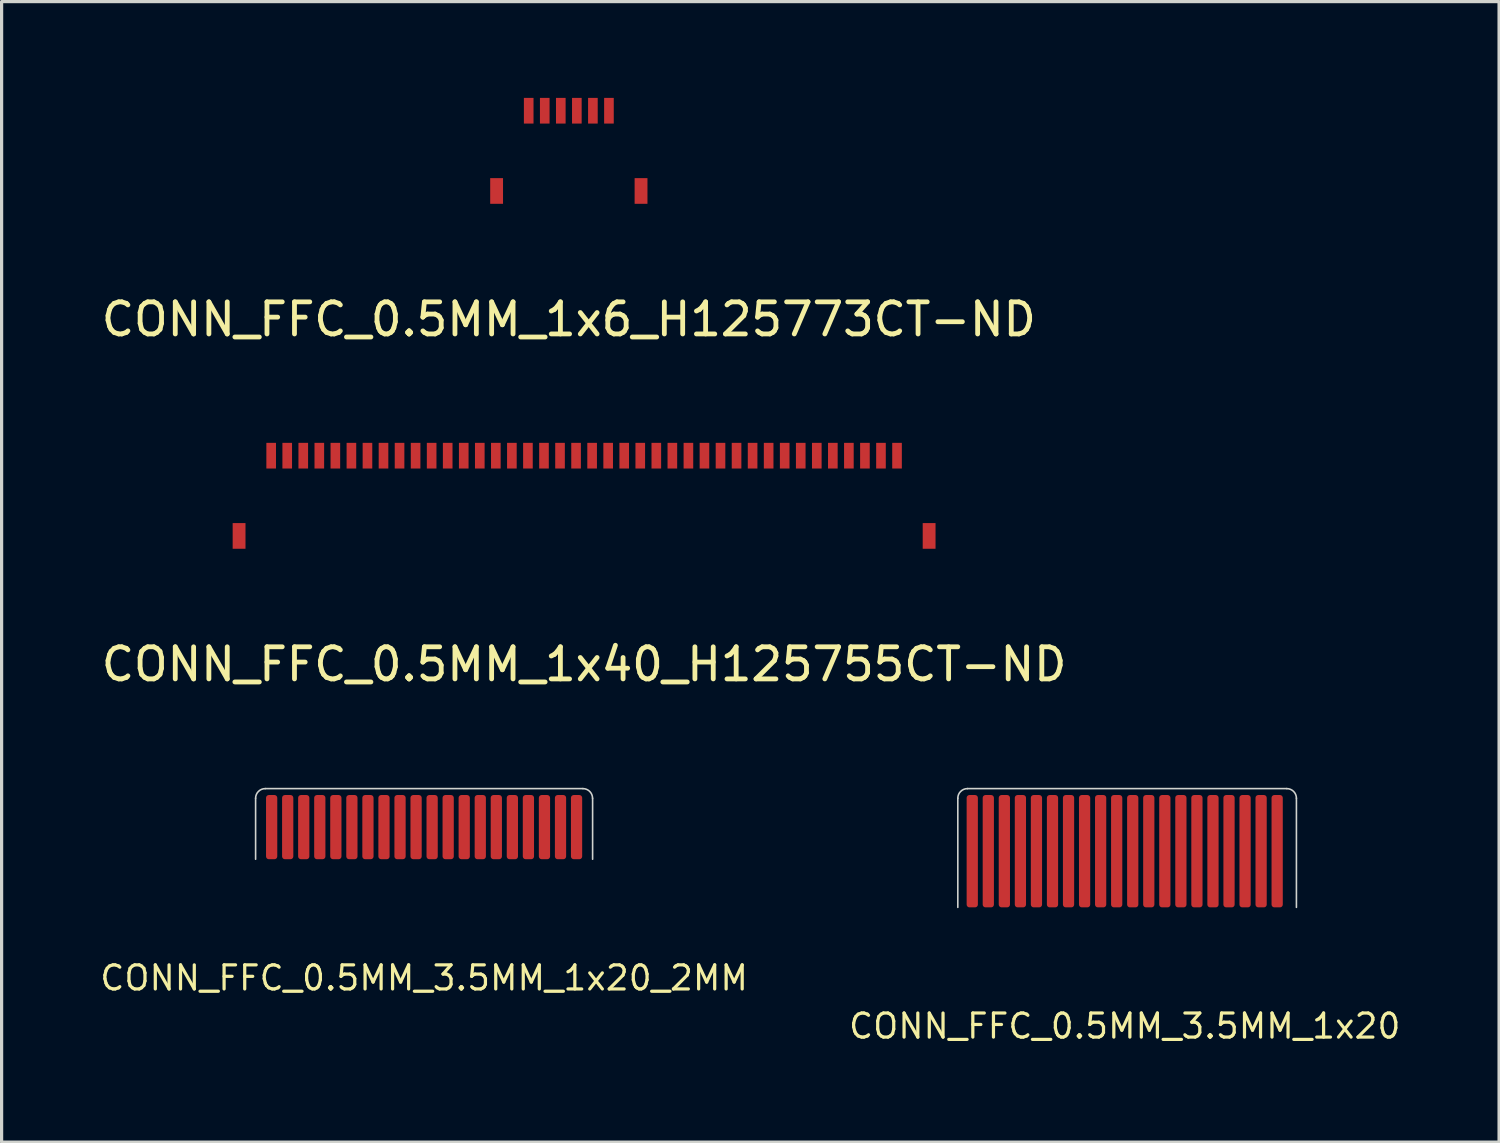
<source format=kicad_pcb>
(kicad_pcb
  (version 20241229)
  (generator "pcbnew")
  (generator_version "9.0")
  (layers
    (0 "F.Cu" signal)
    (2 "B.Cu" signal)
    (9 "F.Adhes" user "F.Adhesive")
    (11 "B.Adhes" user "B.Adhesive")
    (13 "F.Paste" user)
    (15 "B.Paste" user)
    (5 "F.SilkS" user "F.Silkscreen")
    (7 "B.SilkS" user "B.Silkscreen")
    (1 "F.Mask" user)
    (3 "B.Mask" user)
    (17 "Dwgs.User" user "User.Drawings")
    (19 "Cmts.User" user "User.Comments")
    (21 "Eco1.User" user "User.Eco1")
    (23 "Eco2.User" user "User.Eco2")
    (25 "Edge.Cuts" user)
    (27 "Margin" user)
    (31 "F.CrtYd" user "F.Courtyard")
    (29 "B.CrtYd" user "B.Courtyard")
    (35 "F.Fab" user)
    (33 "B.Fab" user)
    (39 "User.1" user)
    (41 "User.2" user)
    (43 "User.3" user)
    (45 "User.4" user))
  (footprint "CONN_FFC_0.5MM_1x40_H125755CT-ND"
    (layer "F.Cu")
    (at 15.149 11.148)
    (property "Reference" "CONN_FFC_0.5MM_1x40_H125755CT-ND" (at 0 6.5 0) (layer "F.SilkS") (effects (font (size 1 1) (thickness 0.15))))
    (attr smd)
    (pad "1" smd rect (at 9.75 0) (size 0.3 0.8) (layers "F.Cu" "F.Mask" "F.Paste"))
    (pad "2" smd rect (at 9.25 0) (size 0.3 0.8) (layers "F.Cu" "F.Mask" "F.Paste"))
    (pad "3" smd rect (at 8.75 0) (size 0.3 0.8) (layers "F.Cu" "F.Mask" "F.Paste"))
    (pad "4" smd rect (at 8.25 0) (size 0.3 0.8) (layers "F.Cu" "F.Mask" "F.Paste"))
    (pad "5" smd rect (at 7.75 0) (size 0.3 0.8) (layers "F.Cu" "F.Mask" "F.Paste"))
    (pad "6" smd rect (at 7.25 0) (size 0.3 0.8) (layers "F.Cu" "F.Mask" "F.Paste"))
    (pad "7" smd rect (at 6.75 0) (size 0.3 0.8) (layers "F.Cu" "F.Mask" "F.Paste"))
    (pad "8" smd rect (at 6.25 0) (size 0.3 0.8) (layers "F.Cu" "F.Mask" "F.Paste"))
    (pad "9" smd rect (at 5.75 0) (size 0.3 0.8) (layers "F.Cu" "F.Mask" "F.Paste"))
    (pad "10" smd rect (at 5.25 0) (size 0.3 0.8) (layers "F.Cu" "F.Mask" "F.Paste"))
    (pad "11" smd rect (at 4.75 0) (size 0.3 0.8) (layers "F.Cu" "F.Mask" "F.Paste"))
    (pad "12" smd rect (at 4.25 0) (size 0.3 0.8) (layers "F.Cu" "F.Mask" "F.Paste"))
    (pad "13" smd rect (at 3.75 0) (size 0.3 0.8) (layers "F.Cu" "F.Mask" "F.Paste"))
    (pad "14" smd rect (at 3.25 0) (size 0.3 0.8) (layers "F.Cu" "F.Mask" "F.Paste"))
    (pad "15" smd rect (at 2.75 0) (size 0.3 0.8) (layers "F.Cu" "F.Mask" "F.Paste"))
    (pad "16" smd rect (at 2.25 0) (size 0.3 0.8) (layers "F.Cu" "F.Mask" "F.Paste"))
    (pad "17" smd rect (at 1.75 0) (size 0.3 0.8) (layers "F.Cu" "F.Mask" "F.Paste"))
    (pad "18" smd rect (at 1.25 0) (size 0.3 0.8) (layers "F.Cu" "F.Mask" "F.Paste"))
    (pad "19" smd rect (at 0.75 0) (size 0.3 0.8) (layers "F.Cu" "F.Mask" "F.Paste"))
    (pad "20" smd rect (at 0.25 0) (size 0.3 0.8) (layers "F.Cu" "F.Mask" "F.Paste"))
    (pad "21" smd rect (at -0.25 0) (size 0.3 0.8) (layers "F.Cu" "F.Mask" "F.Paste"))
    (pad "22" smd rect (at -0.75 0) (size 0.3 0.8) (layers "F.Cu" "F.Mask" "F.Paste"))
    (pad "23" smd rect (at -1.25 0) (size 0.3 0.8) (layers "F.Cu" "F.Mask" "F.Paste"))
    (pad "24" smd rect (at -1.75 0) (size 0.3 0.8) (layers "F.Cu" "F.Mask" "F.Paste"))
    (pad "25" smd rect (at -2.25 0) (size 0.3 0.8) (layers "F.Cu" "F.Mask" "F.Paste"))
    (pad "26" smd rect (at -2.75 0) (size 0.3 0.8) (layers "F.Cu" "F.Mask" "F.Paste"))
    (pad "27" smd rect (at -3.25 0) (size 0.3 0.8) (layers "F.Cu" "F.Mask" "F.Paste"))
    (pad "28" smd rect (at -3.75 0) (size 0.3 0.8) (layers "F.Cu" "F.Mask" "F.Paste"))
    (pad "29" smd rect (at -4.25 0) (size 0.3 0.8) (layers "F.Cu" "F.Mask" "F.Paste"))
    (pad "30" smd rect (at -4.75 0) (size 0.3 0.8) (layers "F.Cu" "F.Mask" "F.Paste"))
    (pad "31" smd rect (at -5.25 0) (size 0.3 0.8) (layers "F.Cu" "F.Mask" "F.Paste"))
    (pad "32" smd rect (at -5.75 0) (size 0.3 0.8) (layers "F.Cu" "F.Mask" "F.Paste"))
    (pad "33" smd rect (at -6.25 0) (size 0.3 0.8) (layers "F.Cu" "F.Mask" "F.Paste"))
    (pad "34" smd rect (at -6.75 0) (size 0.3 0.8) (layers "F.Cu" "F.Mask" "F.Paste"))
    (pad "35" smd rect (at -7.25 0) (size 0.3 0.8) (layers "F.Cu" "F.Mask" "F.Paste"))
    (pad "36" smd rect (at -7.75 0) (size 0.3 0.8) (layers "F.Cu" "F.Mask" "F.Paste"))
    (pad "37" smd rect (at -8.25 0) (size 0.3 0.8) (layers "F.Cu" "F.Mask" "F.Paste"))
    (pad "38" smd rect (at -8.75 0) (size 0.3 0.8) (layers "F.Cu" "F.Mask" "F.Paste"))
    (pad "39" smd rect (at -9.25 0) (size 0.3 0.8) (layers "F.Cu" "F.Mask" "F.Paste"))
    (pad "40" smd rect (at -9.75 0) (size 0.3 0.8) (layers "F.Cu" "F.Mask" "F.Paste"))
    (pad "~" smd rect (at -10.75 2.5) (size 0.4 0.8) (layers "F.Cu" "F.Mask" "F.Paste"))
    (pad "~" smd rect (at 10.75 2.5) (size 0.4 0.8) (layers "F.Cu" "F.Mask" "F.Paste")))
  (footprint "CONN_FFC_0.5MM_3.5MM_1x20"
    (layer "F.Cu")
    (at 31.993 25.221)
    (property "Reference" "CONN_FFC_0.5MM_3.5MM_1x20" (at 0 3.7 0) (unlocked yes) (layer "F.SilkS") (effects (font (size 0.75 0.75) (thickness 0.1))))
    (attr smd)
    (fp_line (start -5.2 0) (end -5.2 -3.4) (stroke (width 0.05) (type default)) (layer "Edge.Cuts"))
    (fp_line (start 5.05 -3.7) (end -4.9 -3.7) (stroke (width 0.05) (type default)) (layer "Edge.Cuts"))
    (fp_line (start 5.35 0) (end 5.35 -3.4) (stroke (width 0.05) (type default)) (layer "Edge.Cuts"))
    (fp_arc (start -5.2 -3.4) (mid -5.112132 -3.612132) (end -4.9 -3.7) (stroke (width 0.05) (type default)) (layer "Edge.Cuts"))
    (fp_arc (start 5.05 -3.7) (mid 5.262132 -3.612132) (end 5.35 -3.4) (stroke (width 0.05) (type default)) (layer "Edge.Cuts"))
    (pad "1" smd roundrect (at -4.75 -1.75) (size 0.35 3.5) (layers "F.Cu" "F.Mask" "F.Paste") (roundrect_rratio 0.25))
    (pad "2" smd roundrect (at -4.25 -1.75) (size 0.35 3.5) (layers "F.Cu" "F.Mask" "F.Paste") (roundrect_rratio 0.25))
    (pad "3" smd roundrect (at -3.75 -1.75) (size 0.35 3.5) (layers "F.Cu" "F.Mask" "F.Paste") (roundrect_rratio 0.25))
    (pad "4" smd roundrect (at -3.25 -1.75) (size 0.35 3.5) (layers "F.Cu" "F.Mask" "F.Paste") (roundrect_rratio 0.25))
    (pad "5" smd roundrect (at -2.75 -1.75) (size 0.35 3.5) (layers "F.Cu" "F.Mask" "F.Paste") (roundrect_rratio 0.25))
    (pad "6" smd roundrect (at -2.25 -1.75) (size 0.35 3.5) (layers "F.Cu" "F.Mask" "F.Paste") (roundrect_rratio 0.25))
    (pad "7" smd roundrect (at -1.75 -1.75) (size 0.35 3.5) (layers "F.Cu" "F.Mask" "F.Paste") (roundrect_rratio 0.25))
    (pad "8" smd roundrect (at -1.25 -1.75) (size 0.35 3.5) (layers "F.Cu" "F.Mask" "F.Paste") (roundrect_rratio 0.25))
    (pad "9" smd roundrect (at -0.75 -1.75) (size 0.35 3.5) (layers "F.Cu" "F.Mask" "F.Paste") (roundrect_rratio 0.25))
    (pad "10" smd roundrect (at -0.25 -1.75) (size 0.35 3.5) (layers "F.Cu" "F.Mask" "F.Paste") (roundrect_rratio 0.25))
    (pad "11" smd roundrect (at 0.25 -1.75) (size 0.35 3.5) (layers "F.Cu" "F.Mask" "F.Paste") (roundrect_rratio 0.25))
    (pad "12" smd roundrect (at 0.75 -1.75) (size 0.35 3.5) (layers "F.Cu" "F.Mask" "F.Paste") (roundrect_rratio 0.25))
    (pad "13" smd roundrect (at 1.25 -1.75) (size 0.35 3.5) (layers "F.Cu" "F.Mask" "F.Paste") (roundrect_rratio 0.25))
    (pad "14" smd roundrect (at 1.75 -1.75) (size 0.35 3.5) (layers "F.Cu" "F.Mask" "F.Paste") (roundrect_rratio 0.25))
    (pad "15" smd roundrect (at 2.25 -1.75) (size 0.35 3.5) (layers "F.Cu" "F.Mask" "F.Paste") (roundrect_rratio 0.25))
    (pad "16" smd roundrect (at 2.75 -1.75) (size 0.35 3.5) (layers "F.Cu" "F.Mask" "F.Paste") (roundrect_rratio 0.25))
    (pad "17" smd roundrect (at 3.25 -1.75) (size 0.35 3.5) (layers "F.Cu" "F.Mask" "F.Paste") (roundrect_rratio 0.25))
    (pad "18" smd roundrect (at 3.75 -1.75) (size 0.35 3.5) (layers "F.Cu" "F.Mask" "F.Paste") (roundrect_rratio 0.25))
    (pad "19" smd roundrect (at 4.25 -1.75) (size 0.35 3.5) (layers "F.Cu" "F.Mask" "F.Paste") (roundrect_rratio 0.25))
    (pad "20" smd roundrect (at 4.75 -1.75) (size 0.35 3.5) (layers "F.Cu" "F.Mask" "F.Paste") (roundrect_rratio 0.25)))
  (footprint "CONN_FFC_0.5MM_3.5MM_1x20_2MM"
    (layer "F.Cu")
    (at 10.164 23.721)
    (property "Reference" "CONN_FFC_0.5MM_3.5MM_1x20_2MM" (at 0 3.7 0) (unlocked yes) (layer "F.SilkS") (effects (font (size 0.75 0.75) (thickness 0.1))))
    (attr smd)
    (fp_line (start -5.25 0) (end -5.25 -1.9) (stroke (width 0.05) (type default)) (layer "Edge.Cuts"))
    (fp_line (start 4.948 -2.2) (end -4.948 -2.2) (stroke (width 0.05) (type default)) (layer "Edge.Cuts"))
    (fp_line (start 5.25 0) (end 5.25 -1.9) (stroke (width 0.05) (type default)) (layer "Edge.Cuts"))
    (fp_arc (start -5.25 -1.9) (mid -5.162132 -2.112132) (end -4.95 -2.2) (stroke (width 0.05) (type default)) (layer "Edge.Cuts"))
    (fp_arc (start 4.947868 -2.2) (mid 5.16 -2.112132) (end 5.247868 -1.9) (stroke (width 0.05) (type default)) (layer "Edge.Cuts"))
    (pad "1" smd roundrect (at -4.75 -1) (size 0.35 2) (layers "F.Cu" "F.Mask") (roundrect_rratio 0.25))
    (pad "2" smd roundrect (at -4.25 -1) (size 0.35 2) (layers "F.Cu" "F.Mask") (roundrect_rratio 0.25))
    (pad "3" smd roundrect (at -3.75 -1) (size 0.35 2) (layers "F.Cu" "F.Mask") (roundrect_rratio 0.25))
    (pad "4" smd roundrect (at -3.25 -1) (size 0.35 2) (layers "F.Cu" "F.Mask") (roundrect_rratio 0.25))
    (pad "5" smd roundrect (at -2.75 -1) (size 0.35 2) (layers "F.Cu" "F.Mask") (roundrect_rratio 0.25))
    (pad "6" smd roundrect (at -2.25 -1) (size 0.35 2) (layers "F.Cu" "F.Mask") (roundrect_rratio 0.25))
    (pad "7" smd roundrect (at -1.75 -1) (size 0.35 2) (layers "F.Cu" "F.Mask") (roundrect_rratio 0.25))
    (pad "8" smd roundrect (at -1.25 -1) (size 0.35 2) (layers "F.Cu" "F.Mask") (roundrect_rratio 0.25))
    (pad "9" smd roundrect (at -0.75 -1) (size 0.35 2) (layers "F.Cu" "F.Mask") (roundrect_rratio 0.25))
    (pad "10" smd roundrect (at -0.25 -1) (size 0.35 2) (layers "F.Cu" "F.Mask") (roundrect_rratio 0.25))
    (pad "11" smd roundrect (at 0.25 -1) (size 0.35 2) (layers "F.Cu" "F.Mask") (roundrect_rratio 0.25))
    (pad "12" smd roundrect (at 0.75 -1) (size 0.35 2) (layers "F.Cu" "F.Mask") (roundrect_rratio 0.25))
    (pad "13" smd roundrect (at 1.25 -1) (size 0.35 2) (layers "F.Cu" "F.Mask") (roundrect_rratio 0.25))
    (pad "14" smd roundrect (at 1.75 -1) (size 0.35 2) (layers "F.Cu" "F.Mask") (roundrect_rratio 0.25))
    (pad "15" smd roundrect (at 2.25 -1) (size 0.35 2) (layers "F.Cu" "F.Mask") (roundrect_rratio 0.25))
    (pad "16" smd roundrect (at 2.75 -1) (size 0.35 2) (layers "F.Cu" "F.Mask") (roundrect_rratio 0.25))
    (pad "17" smd roundrect (at 3.25 -1) (size 0.35 2) (layers "F.Cu" "F.Mask") (roundrect_rratio 0.25))
    (pad "18" smd roundrect (at 3.75 -1) (size 0.35 2) (layers "F.Cu" "F.Mask") (roundrect_rratio 0.25))
    (pad "19" smd roundrect (at 4.25 -1) (size 0.35 2) (layers "F.Cu" "F.Mask") (roundrect_rratio 0.25))
    (pad "20" smd roundrect (at 4.75 -1) (size 0.35 2) (layers "F.Cu" "F.Mask") (roundrect_rratio 0.25)))
  (footprint "CONN_FFC_0.5MM_1x6_H125773CT-ND"
    (layer "F.Cu")
    (at 14.673 0.4)
    (property "Reference" "CONN_FFC_0.5MM_1x6_H125773CT-ND" (at 0 6.5 0) (layer "F.SilkS") (effects (font (size 1 1) (thickness 0.15))))
    (attr through_hole)
    (pad "1" smd rect (at 1.25 0) (size 0.3 0.8) (layers "F.Cu" "F.Mask" "F.Paste"))
    (pad "2" smd rect (at 0.75 0) (size 0.3 0.8) (layers "F.Cu" "F.Mask" "F.Paste"))
    (pad "3" smd rect (at 0.25 0) (size 0.3 0.8) (layers "F.Cu" "F.Mask" "F.Paste"))
    (pad "4" smd rect (at -0.25 0) (size 0.3 0.8) (layers "F.Cu" "F.Mask" "F.Paste"))
    (pad "5" smd rect (at -0.75 0) (size 0.3 0.8) (layers "F.Cu" "F.Mask" "F.Paste"))
    (pad "6" smd rect (at -1.25 0) (size 0.3 0.8) (layers "F.Cu" "F.Mask" "F.Paste"))
    (pad "~" smd rect (at -2.25 2.5) (size 0.4 0.8) (layers "F.Cu" "F.Mask" "F.Paste"))
    (pad "~" smd rect (at 2.25 2.5) (size 0.4 0.8) (layers "F.Cu" "F.Mask" "F.Paste")))
  (gr_rect
    (start -3 -3)
    (end 43.657 32.536)
    (stroke (width 0.1) (type default))
    (fill no)
    (layer "Edge.Cuts")))
</source>
